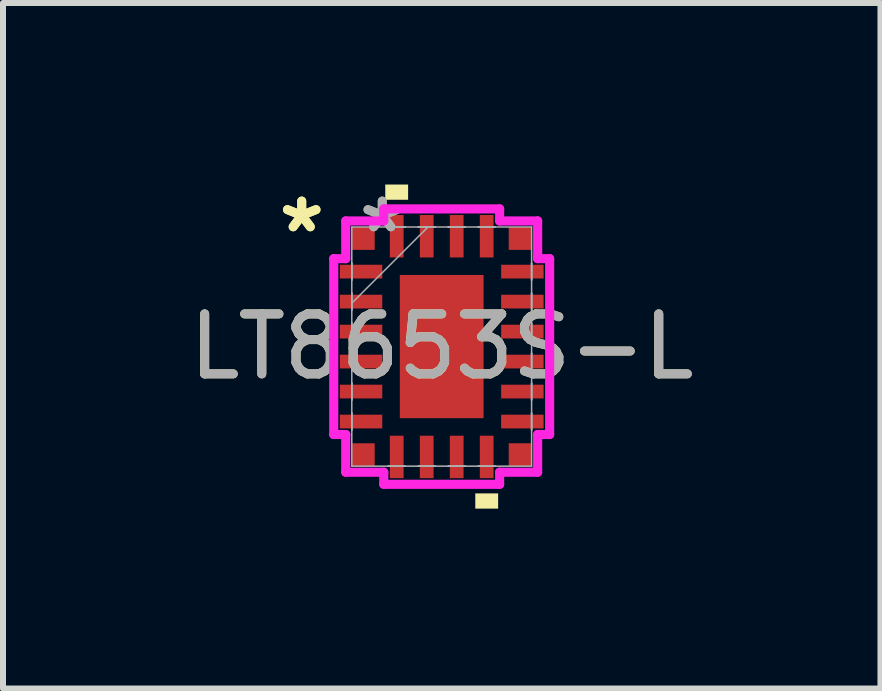
<source format=kicad_pcb>
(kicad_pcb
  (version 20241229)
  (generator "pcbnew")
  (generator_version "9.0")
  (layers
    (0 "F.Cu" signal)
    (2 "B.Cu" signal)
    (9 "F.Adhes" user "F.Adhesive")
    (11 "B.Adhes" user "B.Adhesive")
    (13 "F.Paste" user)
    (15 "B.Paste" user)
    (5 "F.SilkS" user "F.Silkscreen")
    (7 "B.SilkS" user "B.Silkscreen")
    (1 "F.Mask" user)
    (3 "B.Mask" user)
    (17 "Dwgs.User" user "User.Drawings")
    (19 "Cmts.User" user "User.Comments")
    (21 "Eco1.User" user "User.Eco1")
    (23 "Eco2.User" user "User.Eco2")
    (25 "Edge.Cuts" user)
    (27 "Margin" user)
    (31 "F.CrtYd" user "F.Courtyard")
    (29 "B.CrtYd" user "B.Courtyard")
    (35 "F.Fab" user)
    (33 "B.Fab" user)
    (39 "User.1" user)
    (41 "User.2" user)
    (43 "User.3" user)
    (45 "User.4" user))
  (footprint "LT8653S-L"
    (layer "F.Cu")
    (at 4.315 2.729)
    (property "Reference" "LT8653S-L" (at 0 0 0) (unlocked yes) (layer "F.SilkS") (effects (font (size 1 1) (thickness 0.15))))
    (attr smd)
    (fp_poly (pts (xy -0.941 -2.448) (xy -0.941 -2.702) (xy -0.56 -2.702) (xy -0.56 -2.448)) (stroke (width 0) (type solid)) (fill yes) (layer "F.SilkS"))
    (fp_poly (pts (xy 0.56 2.448) (xy 0.56 2.702) (xy 0.941 2.702) (xy 0.941 2.448)) (stroke (width 0) (type solid)) (fill yes) (layer "F.SilkS"))
    (fp_line (start -1.8 -1.466) (end -1.6 -1.466) (stroke (width 0.152) (type solid)) (layer "F.CrtYd"))
    (fp_line (start -1.8 1.466) (end -1.8 -1.466) (stroke (width 0.152) (type solid)) (layer "F.CrtYd"))
    (fp_line (start -1.8 1.466) (end -1.6 1.466) (stroke (width 0.152) (type solid)) (layer "F.CrtYd"))
    (fp_line (start -1.6 -2.095) (end -0.966 -2.095) (stroke (width 0.152) (type solid)) (layer "F.CrtYd"))
    (fp_line (start -1.6 -1.466) (end -1.6 -2.095) (stroke (width 0.152) (type solid)) (layer "F.CrtYd"))
    (fp_line (start -1.6 2.095) (end -1.6 1.466) (stroke (width 0.152) (type solid)) (layer "F.CrtYd"))
    (fp_line (start -0.966 -2.296) (end 0.966 -2.296) (stroke (width 0.152) (type solid)) (layer "F.CrtYd"))
    (fp_line (start -0.966 -2.095) (end -0.966 -2.296) (stroke (width 0.152) (type solid)) (layer "F.CrtYd"))
    (fp_line (start -0.966 2.095) (end -1.6 2.095) (stroke (width 0.152) (type solid)) (layer "F.CrtYd"))
    (fp_line (start -0.966 2.296) (end -0.966 2.095) (stroke (width 0.152) (type solid)) (layer "F.CrtYd"))
    (fp_line (start 0.966 -2.296) (end 0.966 -2.095) (stroke (width 0.152) (type solid)) (layer "F.CrtYd"))
    (fp_line (start 0.966 -2.095) (end 1.6 -2.095) (stroke (width 0.152) (type solid)) (layer "F.CrtYd"))
    (fp_line (start 0.966 2.095) (end 0.966 2.296) (stroke (width 0.152) (type solid)) (layer "F.CrtYd"))
    (fp_line (start 0.966 2.296) (end -0.966 2.296) (stroke (width 0.152) (type solid)) (layer "F.CrtYd"))
    (fp_line (start 1.6 -2.095) (end 1.6 -1.466) (stroke (width 0.152) (type solid)) (layer "F.CrtYd"))
    (fp_line (start 1.6 -1.466) (end 1.8 -1.466) (stroke (width 0.152) (type solid)) (layer "F.CrtYd"))
    (fp_line (start 1.6 1.466) (end 1.6 2.095) (stroke (width 0.152) (type solid)) (layer "F.CrtYd"))
    (fp_line (start 1.6 2.095) (end 0.966 2.095) (stroke (width 0.152) (type solid)) (layer "F.CrtYd"))
    (fp_line (start 1.8 -1.466) (end 1.8 1.466) (stroke (width 0.152) (type solid)) (layer "F.CrtYd"))
    (fp_line (start 1.8 1.466) (end 1.6 1.466) (stroke (width 0.152) (type solid)) (layer "F.CrtYd"))
    (fp_line (start -1.499 -1.994) (end -1.499 1.994) (stroke (width 0.025) (type solid)) (layer "F.Fab"))
    (fp_line (start -1.499 -1.39) (end -1.499 -1.39) (stroke (width 0.025) (type solid)) (layer "F.Fab"))
    (fp_line (start -1.499 -1.39) (end -1.499 -1.11) (stroke (width 0.025) (type solid)) (layer "F.Fab"))
    (fp_line (start -1.499 -1.11) (end -1.499 -1.39) (stroke (width 0.025) (type solid)) (layer "F.Fab"))
    (fp_line (start -1.499 -1.11) (end -1.499 -1.11) (stroke (width 0.025) (type solid)) (layer "F.Fab"))
    (fp_line (start -1.499 -0.89) (end -1.499 -0.89) (stroke (width 0.025) (type solid)) (layer "F.Fab"))
    (fp_line (start -1.499 -0.89) (end -1.499 -0.61) (stroke (width 0.025) (type solid)) (layer "F.Fab"))
    (fp_line (start -1.499 -0.724) (end -0.229 -1.994) (stroke (width 0.025) (type solid)) (layer "F.Fab"))
    (fp_line (start -1.499 -0.61) (end -1.499 -0.89) (stroke (width 0.025) (type solid)) (layer "F.Fab"))
    (fp_line (start -1.499 -0.61) (end -1.499 -0.61) (stroke (width 0.025) (type solid)) (layer "F.Fab"))
    (fp_line (start -1.499 -0.39) (end -1.499 -0.39) (stroke (width 0.025) (type solid)) (layer "F.Fab"))
    (fp_line (start -1.499 -0.39) (end -1.499 -0.11) (stroke (width 0.025) (type solid)) (layer "F.Fab"))
    (fp_line (start -1.499 -0.11) (end -1.499 -0.39) (stroke (width 0.025) (type solid)) (layer "F.Fab"))
    (fp_line (start -1.499 -0.11) (end -1.499 -0.11) (stroke (width 0.025) (type solid)) (layer "F.Fab"))
    (fp_line (start -1.499 0.11) (end -1.499 0.11) (stroke (width 0.025) (type solid)) (layer "F.Fab"))
    (fp_line (start -1.499 0.11) (end -1.499 0.39) (stroke (width 0.025) (type solid)) (layer "F.Fab"))
    (fp_line (start -1.499 0.39) (end -1.499 0.11) (stroke (width 0.025) (type solid)) (layer "F.Fab"))
    (fp_line (start -1.499 0.39) (end -1.499 0.39) (stroke (width 0.025) (type solid)) (layer "F.Fab"))
    (fp_line (start -1.499 0.61) (end -1.499 0.61) (stroke (width 0.025) (type solid)) (layer "F.Fab"))
    (fp_line (start -1.499 0.61) (end -1.499 0.89) (stroke (width 0.025) (type solid)) (layer "F.Fab"))
    (fp_line (start -1.499 0.89) (end -1.499 0.61) (stroke (width 0.025) (type solid)) (layer "F.Fab"))
    (fp_line (start -1.499 0.89) (end -1.499 0.89) (stroke (width 0.025) (type solid)) (layer "F.Fab"))
    (fp_line (start -1.499 1.11) (end -1.499 1.11) (stroke (width 0.025) (type solid)) (layer "F.Fab"))
    (fp_line (start -1.499 1.11) (end -1.499 1.39) (stroke (width 0.025) (type solid)) (layer "F.Fab"))
    (fp_line (start -1.499 1.39) (end -1.499 1.11) (stroke (width 0.025) (type solid)) (layer "F.Fab"))
    (fp_line (start -1.499 1.39) (end -1.499 1.39) (stroke (width 0.025) (type solid)) (layer "F.Fab"))
    (fp_line (start -1.499 1.994) (end 1.499 1.994) (stroke (width 0.025) (type solid)) (layer "F.Fab"))
    (fp_line (start -0.89 -1.994) (end -0.89 -1.994) (stroke (width 0.025) (type solid)) (layer "F.Fab"))
    (fp_line (start -0.89 -1.994) (end -0.61 -1.994) (stroke (width 0.025) (type solid)) (layer "F.Fab"))
    (fp_line (start -0.89 1.994) (end -0.89 1.994) (stroke (width 0.025) (type solid)) (layer "F.Fab"))
    (fp_line (start -0.89 1.994) (end -0.61 1.994) (stroke (width 0.025) (type solid)) (layer "F.Fab"))
    (fp_line (start -0.61 -1.994) (end -0.89 -1.994) (stroke (width 0.025) (type solid)) (layer "F.Fab"))
    (fp_line (start -0.61 -1.994) (end -0.61 -1.994) (stroke (width 0.025) (type solid)) (layer "F.Fab"))
    (fp_line (start -0.61 1.994) (end -0.89 1.994) (stroke (width 0.025) (type solid)) (layer "F.Fab"))
    (fp_line (start -0.61 1.994) (end -0.61 1.994) (stroke (width 0.025) (type solid)) (layer "F.Fab"))
    (fp_line (start -0.39 -1.994) (end -0.39 -1.994) (stroke (width 0.025) (type solid)) (layer "F.Fab"))
    (fp_line (start -0.39 -1.994) (end -0.11 -1.994) (stroke (width 0.025) (type solid)) (layer "F.Fab"))
    (fp_line (start -0.39 1.994) (end -0.39 1.994) (stroke (width 0.025) (type solid)) (layer "F.Fab"))
    (fp_line (start -0.39 1.994) (end -0.11 1.994) (stroke (width 0.025) (type solid)) (layer "F.Fab"))
    (fp_line (start -0.11 -1.994) (end -0.39 -1.994) (stroke (width 0.025) (type solid)) (layer "F.Fab"))
    (fp_line (start -0.11 -1.994) (end -0.11 -1.994) (stroke (width 0.025) (type solid)) (layer "F.Fab"))
    (fp_line (start -0.11 1.994) (end -0.39 1.994) (stroke (width 0.025) (type solid)) (layer "F.Fab"))
    (fp_line (start -0.11 1.994) (end -0.11 1.994) (stroke (width 0.025) (type solid)) (layer "F.Fab"))
    (fp_line (start 0.11 -1.994) (end 0.11 -1.994) (stroke (width 0.025) (type solid)) (layer "F.Fab"))
    (fp_line (start 0.11 -1.994) (end 0.39 -1.994) (stroke (width 0.025) (type solid)) (layer "F.Fab"))
    (fp_line (start 0.11 1.994) (end 0.11 1.994) (stroke (width 0.025) (type solid)) (layer "F.Fab"))
    (fp_line (start 0.11 1.994) (end 0.39 1.994) (stroke (width 0.025) (type solid)) (layer "F.Fab"))
    (fp_line (start 0.39 -1.994) (end 0.11 -1.994) (stroke (width 0.025) (type solid)) (layer "F.Fab"))
    (fp_line (start 0.39 -1.994) (end 0.39 -1.994) (stroke (width 0.025) (type solid)) (layer "F.Fab"))
    (fp_line (start 0.39 1.994) (end 0.11 1.994) (stroke (width 0.025) (type solid)) (layer "F.Fab"))
    (fp_line (start 0.39 1.994) (end 0.39 1.994) (stroke (width 0.025) (type solid)) (layer "F.Fab"))
    (fp_line (start 0.61 -1.994) (end 0.61 -1.994) (stroke (width 0.025) (type solid)) (layer "F.Fab"))
    (fp_line (start 0.61 -1.994) (end 0.89 -1.994) (stroke (width 0.025) (type solid)) (layer "F.Fab"))
    (fp_line (start 0.61 1.994) (end 0.61 1.994) (stroke (width 0.025) (type solid)) (layer "F.Fab"))
    (fp_line (start 0.61 1.994) (end 0.89 1.994) (stroke (width 0.025) (type solid)) (layer "F.Fab"))
    (fp_line (start 0.89 -1.994) (end 0.61 -1.994) (stroke (width 0.025) (type solid)) (layer "F.Fab"))
    (fp_line (start 0.89 -1.994) (end 0.89 -1.994) (stroke (width 0.025) (type solid)) (layer "F.Fab"))
    (fp_line (start 0.89 1.994) (end 0.61 1.994) (stroke (width 0.025) (type solid)) (layer "F.Fab"))
    (fp_line (start 0.89 1.994) (end 0.89 1.994) (stroke (width 0.025) (type solid)) (layer "F.Fab"))
    (fp_line (start 1.499 -1.994) (end -1.499 -1.994) (stroke (width 0.025) (type solid)) (layer "F.Fab"))
    (fp_line (start 1.499 -1.39) (end 1.499 -1.39) (stroke (width 0.025) (type solid)) (layer "F.Fab"))
    (fp_line (start 1.499 -1.39) (end 1.499 -1.11) (stroke (width 0.025) (type solid)) (layer "F.Fab"))
    (fp_line (start 1.499 -1.11) (end 1.499 -1.39) (stroke (width 0.025) (type solid)) (layer "F.Fab"))
    (fp_line (start 1.499 -1.11) (end 1.499 -1.11) (stroke (width 0.025) (type solid)) (layer "F.Fab"))
    (fp_line (start 1.499 -0.89) (end 1.499 -0.89) (stroke (width 0.025) (type solid)) (layer "F.Fab"))
    (fp_line (start 1.499 -0.89) (end 1.499 -0.61) (stroke (width 0.025) (type solid)) (layer "F.Fab"))
    (fp_line (start 1.499 -0.61) (end 1.499 -0.89) (stroke (width 0.025) (type solid)) (layer "F.Fab"))
    (fp_line (start 1.499 -0.61) (end 1.499 -0.61) (stroke (width 0.025) (type solid)) (layer "F.Fab"))
    (fp_line (start 1.499 -0.39) (end 1.499 -0.39) (stroke (width 0.025) (type solid)) (layer "F.Fab"))
    (fp_line (start 1.499 -0.39) (end 1.499 -0.11) (stroke (width 0.025) (type solid)) (layer "F.Fab"))
    (fp_line (start 1.499 -0.11) (end 1.499 -0.39) (stroke (width 0.025) (type solid)) (layer "F.Fab"))
    (fp_line (start 1.499 -0.11) (end 1.499 -0.11) (stroke (width 0.025) (type solid)) (layer "F.Fab"))
    (fp_line (start 1.499 0.11) (end 1.499 0.11) (stroke (width 0.025) (type solid)) (layer "F.Fab"))
    (fp_line (start 1.499 0.11) (end 1.499 0.39) (stroke (width 0.025) (type solid)) (layer "F.Fab"))
    (fp_line (start 1.499 0.39) (end 1.499 0.11) (stroke (width 0.025) (type solid)) (layer "F.Fab"))
    (fp_line (start 1.499 0.39) (end 1.499 0.39) (stroke (width 0.025) (type solid)) (layer "F.Fab"))
    (fp_line (start 1.499 0.61) (end 1.499 0.61) (stroke (width 0.025) (type solid)) (layer "F.Fab"))
    (fp_line (start 1.499 0.61) (end 1.499 0.89) (stroke (width 0.025) (type solid)) (layer "F.Fab"))
    (fp_line (start 1.499 0.89) (end 1.499 0.61) (stroke (width 0.025) (type solid)) (layer "F.Fab"))
    (fp_line (start 1.499 0.89) (end 1.499 0.89) (stroke (width 0.025) (type solid)) (layer "F.Fab"))
    (fp_line (start 1.499 1.11) (end 1.499 1.11) (stroke (width 0.025) (type solid)) (layer "F.Fab"))
    (fp_line (start 1.499 1.11) (end 1.499 1.39) (stroke (width 0.025) (type solid)) (layer "F.Fab"))
    (fp_line (start 1.499 1.39) (end 1.499 1.11) (stroke (width 0.025) (type solid)) (layer "F.Fab"))
    (fp_line (start 1.499 1.39) (end 1.499 1.39) (stroke (width 0.025) (type solid)) (layer "F.Fab"))
    (fp_line (start 1.499 1.994) (end 1.499 -1.994) (stroke (width 0.025) (type solid)) (layer "F.Fab"))
    (fp_text user "*" (at -2.334 -1.881 0) (unlocked yes) (layer "F.SilkS") (effects (font (size 1 1) (thickness 0.15))))
    (fp_text user "*" (at -2.334 -1.881 0) (layer "F.SilkS") (effects (font (size 1 1) (thickness 0.15))))
    (fp_text user "${REFERENCE}" (at 0 0 0) (unlocked yes) (layer "F.Fab") (effects (font (size 1 1) (thickness 0.15))))
    (fp_text user "*" (at -0.991 -1.881 0) (layer "F.Fab") (effects (font (size 1 1) (thickness 0.15))))
    (fp_text user "*" (at -0.991 -1.881 0) (unlocked yes) (layer "F.Fab") (effects (font (size 1 1) (thickness 0.15))))
    (pad "1" smd rect (at -1.345 -1.25 90) (size 0.229 0.708) (layers "F.Cu" "F.Mask" "F.Paste"))
    (pad "2" smd rect (at -1.345 -0.75 90) (size 0.229 0.708) (layers "F.Cu" "F.Mask" "F.Paste"))
    (pad "3" smd rect (at -1.345 -0.25 90) (size 0.229 0.708) (layers "F.Cu" "F.Mask" "F.Paste"))
    (pad "4" smd rect (at -1.345 0.25 90) (size 0.229 0.708) (layers "F.Cu" "F.Mask" "F.Paste"))
    (pad "5" smd rect (at -1.345 0.75 90) (size 0.229 0.708) (layers "F.Cu" "F.Mask" "F.Paste"))
    (pad "6" smd rect (at -1.345 1.25 90) (size 0.229 0.708) (layers "F.Cu" "F.Mask" "F.Paste"))
    (pad "7" smd rect (at -0.75 1.84) (size 0.229 0.708) (layers "F.Cu" "F.Mask" "F.Paste"))
    (pad "8" smd rect (at -0.25 1.84) (size 0.229 0.708) (layers "F.Cu" "F.Mask" "F.Paste"))
    (pad "9" smd rect (at 0.25 1.84) (size 0.229 0.708) (layers "F.Cu" "F.Mask" "F.Paste"))
    (pad "10" smd rect (at 0.75 1.84) (size 0.229 0.708) (layers "F.Cu" "F.Mask" "F.Paste"))
    (pad "11" smd rect (at 1.345 1.25 90) (size 0.229 0.708) (layers "F.Cu" "F.Mask" "F.Paste"))
    (pad "12" smd rect (at 1.345 0.75 90) (size 0.229 0.708) (layers "F.Cu" "F.Mask" "F.Paste"))
    (pad "13" smd rect (at 1.345 0.25 90) (size 0.229 0.708) (layers "F.Cu" "F.Mask" "F.Paste"))
    (pad "14" smd rect (at 1.345 -0.25 90) (size 0.229 0.708) (layers "F.Cu" "F.Mask" "F.Paste"))
    (pad "15" smd rect (at 1.345 -0.75 90) (size 0.229 0.708) (layers "F.Cu" "F.Mask" "F.Paste"))
    (pad "16" smd rect (at 1.345 -1.25 90) (size 0.229 0.708) (layers "F.Cu" "F.Mask" "F.Paste"))
    (pad "17" smd rect (at 0.75 -1.84) (size 0.229 0.708) (layers "F.Cu" "F.Mask" "F.Paste"))
    (pad "18" smd rect (at 0.25 -1.84) (size 0.229 0.708) (layers "F.Cu" "F.Mask" "F.Paste"))
    (pad "19" smd rect (at -0.25 -1.84) (size 0.229 0.708) (layers "F.Cu" "F.Mask" "F.Paste"))
    (pad "20" smd rect (at -0.75 -1.84) (size 0.229 0.708) (layers "F.Cu" "F.Mask" "F.Paste"))
    (pad "21" smd rect (at 0 0) (size 1.397 2.388) (layers "F.Cu" "F.Mask" "F.Paste"))
    (pad "22" smd rect (at -1.308 -1.803) (size 0.381 0.381) (layers "F.Cu" "F.Mask" "F.Paste"))
    (pad "23" smd rect (at -1.308 1.803) (size 0.381 0.381) (layers "F.Cu" "F.Mask" "F.Paste"))
    (pad "24" smd rect (at 1.308 1.803) (size 0.381 0.381) (layers "F.Cu" "F.Mask" "F.Paste"))
    (pad "25" smd rect (at 1.308 -1.803) (size 0.381 0.381) (layers "F.Cu" "F.Mask" "F.Paste")))
  (gr_rect
    (start -3 -3)
    (end 11.631 8.431)
    (stroke (width 0.1) (type default))
    (fill no)
    (layer "Edge.Cuts")))
</source>
